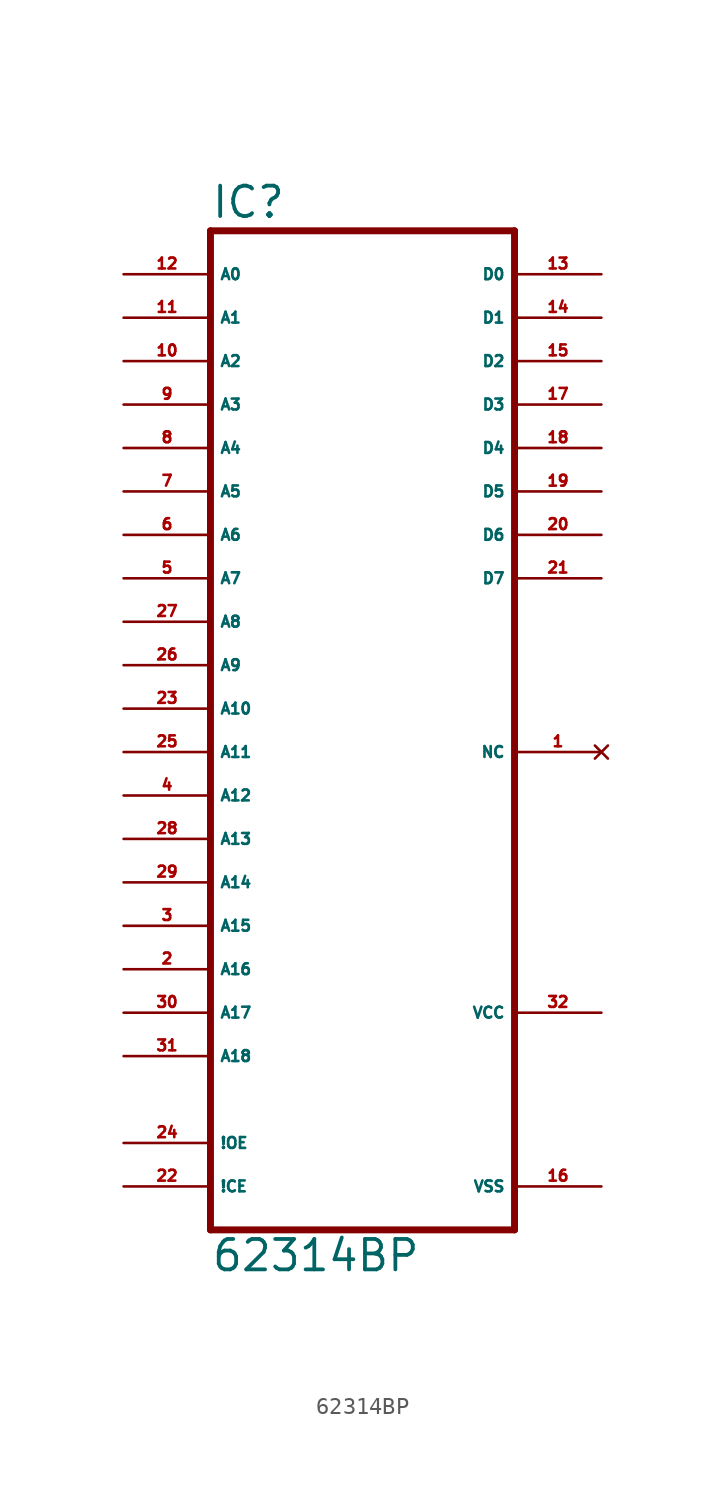
<source format=kicad_sym>
(kicad_symbol_lib
  (version 20220914)
  (generator Eagle2Kicad)
  (symbol "62314BP"
    (property "Reference" "IC"
      (at -10.16 26.035 0)
      (effects (font (size 1.778 1.778) (thickness 0.22)) (justify left bottom)))
    (property "Value" "62314BP"
      (at -10.16 -35.56 0)
      (effects (font (size 1.778 1.778) (thickness 0.22)) (justify left bottom)))
    (polyline
      (pts (xy -10.16 -33.02) (xy 7.62 -33.02))
      (stroke (width 0.406) (type default))
      (fill (type none)))
    (polyline
      (pts (xy 7.62 25.4) (xy 7.62 -33.02))
      (stroke (width 0.406) (type default))
      (fill (type none)))
    (polyline
      (pts (xy 7.62 25.4) (xy -10.16 25.4))
      (stroke (width 0.406) (type default))
      (fill (type none)))
    (polyline
      (pts (xy -10.16 -33.02) (xy -10.16 25.4))
      (stroke (width 0.406) (type default))
      (fill (type none)))
    (pin input line
      (at -15.24 22.86 0)
      (length 5.08)
      (name "A0" (effects (font (size 0.635 0.635) (thickness 0.08)) (justify left bottom)))
      (number "12" (effects (font (size 0.635 0.635) (thickness 0.08)) (justify left bottom))))
    (pin input line
      (at -15.24 20.32 0)
      (length 5.08)
      (name "A1" (effects (font (size 0.635 0.635) (thickness 0.08)) (justify left bottom)))
      (number "11" (effects (font (size 0.635 0.635) (thickness 0.08)) (justify left bottom))))
    (pin input line
      (at -15.24 17.78 0)
      (length 5.08)
      (name "A2" (effects (font (size 0.635 0.635) (thickness 0.08)) (justify left bottom)))
      (number "10" (effects (font (size 0.635 0.635) (thickness 0.08)) (justify left bottom))))
    (pin input line
      (at -15.24 15.24 0)
      (length 5.08)
      (name "A3" (effects (font (size 0.635 0.635) (thickness 0.08)) (justify left bottom)))
      (number "9" (effects (font (size 0.635 0.635) (thickness 0.08)) (justify left bottom))))
    (pin input line
      (at -15.24 12.7 0)
      (length 5.08)
      (name "A4" (effects (font (size 0.635 0.635) (thickness 0.08)) (justify left bottom)))
      (number "8" (effects (font (size 0.635 0.635) (thickness 0.08)) (justify left bottom))))
    (pin input line
      (at -15.24 10.16 0)
      (length 5.08)
      (name "A5" (effects (font (size 0.635 0.635) (thickness 0.08)) (justify left bottom)))
      (number "7" (effects (font (size 0.635 0.635) (thickness 0.08)) (justify left bottom))))
    (pin input line
      (at -15.24 7.62 0)
      (length 5.08)
      (name "A6" (effects (font (size 0.635 0.635) (thickness 0.08)) (justify left bottom)))
      (number "6" (effects (font (size 0.635 0.635) (thickness 0.08)) (justify left bottom))))
    (pin input line
      (at -15.24 5.08 0)
      (length 5.08)
      (name "A7" (effects (font (size 0.635 0.635) (thickness 0.08)) (justify left bottom)))
      (number "5" (effects (font (size 0.635 0.635) (thickness 0.08)) (justify left bottom))))
    (pin input line
      (at -15.24 2.54 0)
      (length 5.08)
      (name "A8" (effects (font (size 0.635 0.635) (thickness 0.08)) (justify left bottom)))
      (number "27" (effects (font (size 0.635 0.635) (thickness 0.08)) (justify left bottom))))
    (pin input line
      (at -15.24 0 0)
      (length 5.08)
      (name "A9" (effects (font (size 0.635 0.635) (thickness 0.08)) (justify left bottom)))
      (number "26" (effects (font (size 0.635 0.635) (thickness 0.08)) (justify left bottom))))
    (pin input line
      (at -15.24 -2.54 0)
      (length 5.08)
      (name "A10" (effects (font (size 0.635 0.635) (thickness 0.08)) (justify left bottom)))
      (number "23" (effects (font (size 0.635 0.635) (thickness 0.08)) (justify left bottom))))
    (pin input line
      (at -15.24 -5.08 0)
      (length 5.08)
      (name "A11" (effects (font (size 0.635 0.635) (thickness 0.08)) (justify left bottom)))
      (number "25" (effects (font (size 0.635 0.635) (thickness 0.08)) (justify left bottom))))
    (pin input line
      (at -15.24 -7.62 0)
      (length 5.08)
      (name "A12" (effects (font (size 0.635 0.635) (thickness 0.08)) (justify left bottom)))
      (number "4" (effects (font (size 0.635 0.635) (thickness 0.08)) (justify left bottom))))
    (pin input line
      (at -15.24 -10.16 0)
      (length 5.08)
      (name "A13" (effects (font (size 0.635 0.635) (thickness 0.08)) (justify left bottom)))
      (number "28" (effects (font (size 0.635 0.635) (thickness 0.08)) (justify left bottom))))
    (pin input line
      (at -15.24 -12.7 0)
      (length 5.08)
      (name "A14" (effects (font (size 0.635 0.635) (thickness 0.08)) (justify left bottom)))
      (number "29" (effects (font (size 0.635 0.635) (thickness 0.08)) (justify left bottom))))
    (pin input line
      (at -15.24 -15.24 0)
      (length 5.08)
      (name "A15" (effects (font (size 0.635 0.635) (thickness 0.08)) (justify left bottom)))
      (number "3" (effects (font (size 0.635 0.635) (thickness 0.08)) (justify left bottom))))
    (pin input line
      (at -15.24 -17.78 0)
      (length 5.08)
      (name "A16" (effects (font (size 0.635 0.635) (thickness 0.08)) (justify left bottom)))
      (number "2" (effects (font (size 0.635 0.635) (thickness 0.08)) (justify left bottom))))
    (pin input line
      (at -15.24 -20.32 0)
      (length 5.08)
      (name "A17" (effects (font (size 0.635 0.635) (thickness 0.08)) (justify left bottom)))
      (number "30" (effects (font (size 0.635 0.635) (thickness 0.08)) (justify left bottom))))
    (pin input line
      (at -15.24 -22.86 0)
      (length 5.08)
      (name "A18" (effects (font (size 0.635 0.635) (thickness 0.08)) (justify left bottom)))
      (number "31" (effects (font (size 0.635 0.635) (thickness 0.08)) (justify left bottom))))
    (pin input line
      (at -15.24 -27.94 0)
      (length 5.08)
      (name "!OE" (effects (font (size 0.635 0.635) (thickness 0.08)) (justify left bottom)))
      (number "24" (effects (font (size 0.635 0.635) (thickness 0.08)) (justify left bottom))))
    (pin input line
      (at -15.24 -30.48 0)
      (length 5.08)
      (name "!CE" (effects (font (size 0.635 0.635) (thickness 0.08)) (justify left bottom)))
      (number "22" (effects (font (size 0.635 0.635) (thickness 0.08)) (justify left bottom))))
    (pin tri_state line
      (at 12.7 22.86 180)
      (length 5.08)
      (name "D0" (effects (font (size 0.635 0.635) (thickness 0.08)) (justify left bottom)))
      (number "13" (effects (font (size 0.635 0.635) (thickness 0.08)) (justify left bottom))))
    (pin tri_state line
      (at 12.7 20.32 180)
      (length 5.08)
      (name "D1" (effects (font (size 0.635 0.635) (thickness 0.08)) (justify left bottom)))
      (number "14" (effects (font (size 0.635 0.635) (thickness 0.08)) (justify left bottom))))
    (pin tri_state line
      (at 12.7 17.78 180)
      (length 5.08)
      (name "D2" (effects (font (size 0.635 0.635) (thickness 0.08)) (justify left bottom)))
      (number "15" (effects (font (size 0.635 0.635) (thickness 0.08)) (justify left bottom))))
    (pin tri_state line
      (at 12.7 15.24 180)
      (length 5.08)
      (name "D3" (effects (font (size 0.635 0.635) (thickness 0.08)) (justify left bottom)))
      (number "17" (effects (font (size 0.635 0.635) (thickness 0.08)) (justify left bottom))))
    (pin tri_state line
      (at 12.7 12.7 180)
      (length 5.08)
      (name "D4" (effects (font (size 0.635 0.635) (thickness 0.08)) (justify left bottom)))
      (number "18" (effects (font (size 0.635 0.635) (thickness 0.08)) (justify left bottom))))
    (pin tri_state line
      (at 12.7 10.16 180)
      (length 5.08)
      (name "D5" (effects (font (size 0.635 0.635) (thickness 0.08)) (justify left bottom)))
      (number "19" (effects (font (size 0.635 0.635) (thickness 0.08)) (justify left bottom))))
    (pin tri_state line
      (at 12.7 7.62 180)
      (length 5.08)
      (name "D6" (effects (font (size 0.635 0.635) (thickness 0.08)) (justify left bottom)))
      (number "20" (effects (font (size 0.635 0.635) (thickness 0.08)) (justify left bottom))))
    (pin tri_state line
      (at 12.7 5.08 180)
      (length 5.08)
      (name "D7" (effects (font (size 0.635 0.635) (thickness 0.08)) (justify left bottom)))
      (number "21" (effects (font (size 0.635 0.635) (thickness 0.08)) (justify left bottom))))
    (pin unspecified line
      (at 12.7 -30.48 180)
      (length 5.08)
      (name "VSS" (effects (font (size 0.635 0.635) (thickness 0.08)) (justify left bottom)))
      (number "16" (effects (font (size 0.635 0.635) (thickness 0.08)) (justify left bottom))))
    (pin unspecified line
      (at 12.7 -20.32 180)
      (length 5.08)
      (name "VCC" (effects (font (size 0.635 0.635) (thickness 0.08)) (justify left bottom)))
      (number "32" (effects (font (size 0.635 0.635) (thickness 0.08)) (justify left bottom))))
    (pin no_connect line
      (at 12.7 -5.08 180)
      (length 5.08)
      (name "NC" (effects (font (size 0.635 0.635) (thickness 0.08)) (justify left bottom) hide))
      (number "1" (effects (font (size 0.635 0.635) (thickness 0.08)) (justify left bottom) hide)))))
</source>
